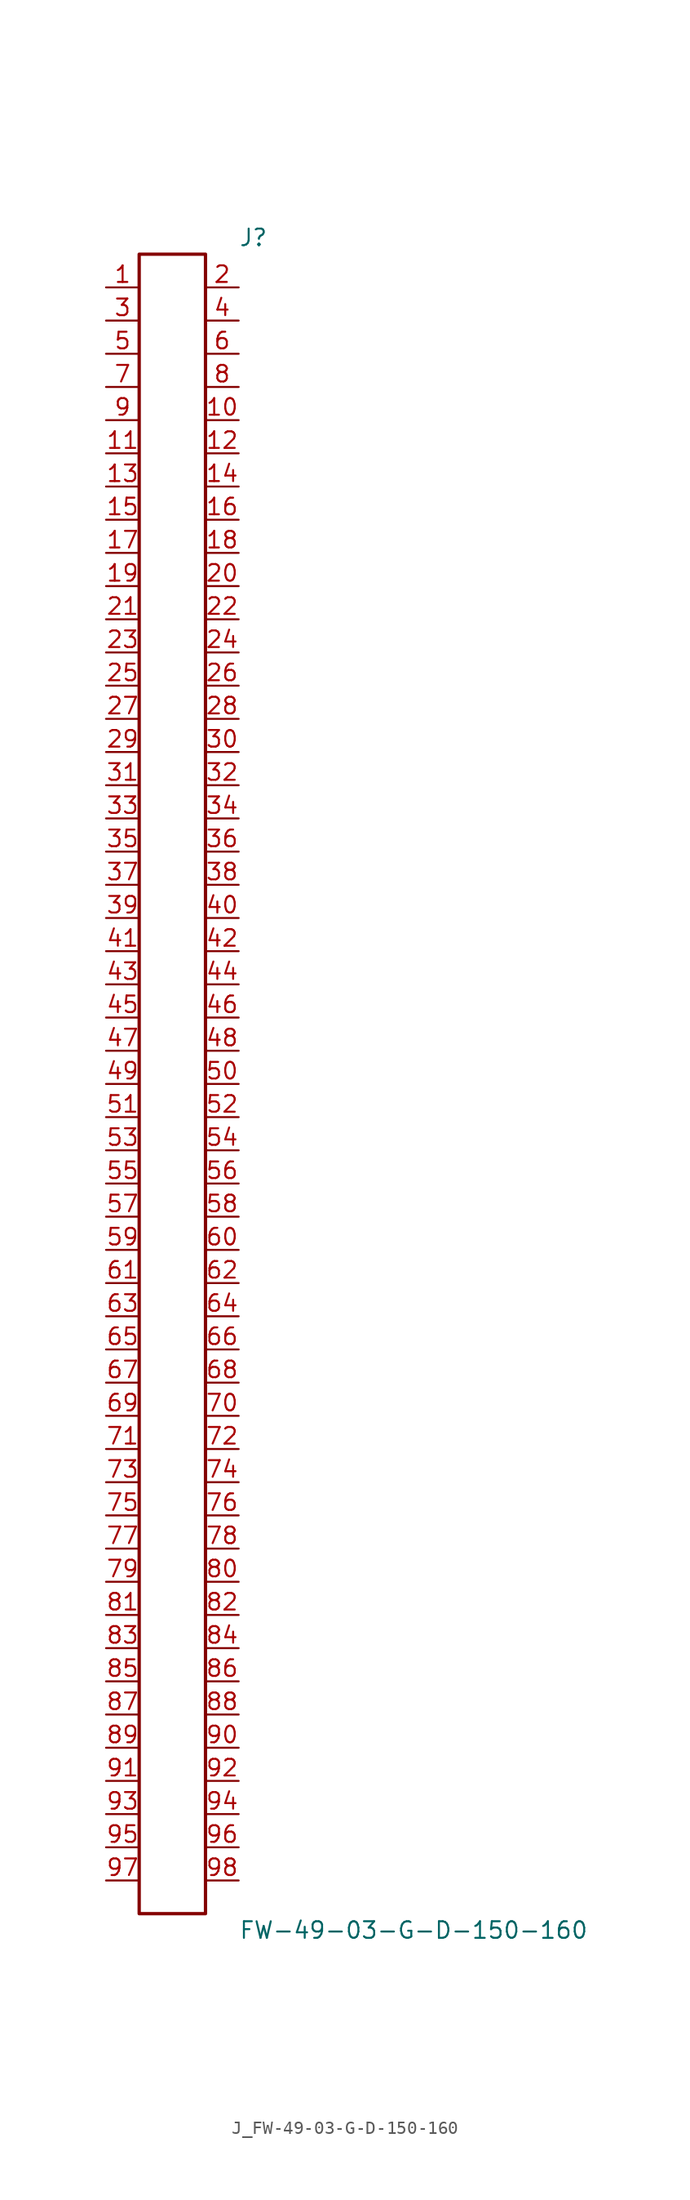
<source format=kicad_sym>
(kicad_symbol_lib
  (version 20231120)
  (generator kicad_symbol_editor)
  (generator_version 8.0)
  (symbol "J_FW-49-03-G-D-150-160"
    (pin_names
      (offset 0.254))
    (property "Reference" "J"
      (at 5.08 64.77 0)
      (effects (font (size 1.27 1.27)) (justify left)))
    (property "Value" "FW-49-03-G-D-150-160"
      (at 5.08 -64.77 0)
      (effects (font (size 1.27 1.27)) (justify left)))
    (symbol "J_FW-49-03-G-D-150-160_0_0"
      (pin passive line (at -5.08 60.96 0) (length 2.54) (name "" (effects (font (size 1.27 1.27)))) (number "1" (effects (font (size 1.27 1.27)))))
      (pin passive line (at 5.08 60.96 180) (length 2.54) (name "" (effects (font (size 1.27 1.27)))) (number "2" (effects (font (size 1.27 1.27)))))
      (pin passive line (at -5.08 58.42 0) (length 2.54) (name "" (effects (font (size 1.27 1.27)))) (number "3" (effects (font (size 1.27 1.27)))))
      (pin passive line (at 5.08 58.42 180) (length 2.54) (name "" (effects (font (size 1.27 1.27)))) (number "4" (effects (font (size 1.27 1.27)))))
      (pin passive line (at -5.08 55.88 0) (length 2.54) (name "" (effects (font (size 1.27 1.27)))) (number "5" (effects (font (size 1.27 1.27)))))
      (pin passive line (at 5.08 55.88 180) (length 2.54) (name "" (effects (font (size 1.27 1.27)))) (number "6" (effects (font (size 1.27 1.27)))))
      (pin passive line (at -5.08 53.34 0) (length 2.54) (name "" (effects (font (size 1.27 1.27)))) (number "7" (effects (font (size 1.27 1.27)))))
      (pin passive line (at 5.08 53.34 180) (length 2.54) (name "" (effects (font (size 1.27 1.27)))) (number "8" (effects (font (size 1.27 1.27)))))
      (pin passive line (at -5.08 50.8 0) (length 2.54) (name "" (effects (font (size 1.27 1.27)))) (number "9" (effects (font (size 1.27 1.27)))))
      (pin passive line (at 5.08 50.8 180) (length 2.54) (name "" (effects (font (size 1.27 1.27)))) (number "10" (effects (font (size 1.27 1.27)))))
      (pin passive line (at -5.08 48.26 0) (length 2.54) (name "" (effects (font (size 1.27 1.27)))) (number "11" (effects (font (size 1.27 1.27)))))
      (pin passive line (at 5.08 48.26 180) (length 2.54) (name "" (effects (font (size 1.27 1.27)))) (number "12" (effects (font (size 1.27 1.27)))))
      (pin passive line (at -5.08 45.72 0) (length 2.54) (name "" (effects (font (size 1.27 1.27)))) (number "13" (effects (font (size 1.27 1.27)))))
      (pin passive line (at 5.08 45.72 180) (length 2.54) (name "" (effects (font (size 1.27 1.27)))) (number "14" (effects (font (size 1.27 1.27)))))
      (pin passive line (at -5.08 43.18 0) (length 2.54) (name "" (effects (font (size 1.27 1.27)))) (number "15" (effects (font (size 1.27 1.27)))))
      (pin passive line (at 5.08 43.18 180) (length 2.54) (name "" (effects (font (size 1.27 1.27)))) (number "16" (effects (font (size 1.27 1.27)))))
      (pin passive line (at -5.08 40.64 0) (length 2.54) (name "" (effects (font (size 1.27 1.27)))) (number "17" (effects (font (size 1.27 1.27)))))
      (pin passive line (at 5.08 40.64 180) (length 2.54) (name "" (effects (font (size 1.27 1.27)))) (number "18" (effects (font (size 1.27 1.27)))))
      (pin passive line (at -5.08 38.1 0) (length 2.54) (name "" (effects (font (size 1.27 1.27)))) (number "19" (effects (font (size 1.27 1.27)))))
      (pin passive line (at 5.08 38.1 180) (length 2.54) (name "" (effects (font (size 1.27 1.27)))) (number "20" (effects (font (size 1.27 1.27)))))
      (pin passive line (at -5.08 35.56 0) (length 2.54) (name "" (effects (font (size 1.27 1.27)))) (number "21" (effects (font (size 1.27 1.27)))))
      (pin passive line (at 5.08 35.56 180) (length 2.54) (name "" (effects (font (size 1.27 1.27)))) (number "22" (effects (font (size 1.27 1.27)))))
      (pin passive line (at -5.08 33.02 0) (length 2.54) (name "" (effects (font (size 1.27 1.27)))) (number "23" (effects (font (size 1.27 1.27)))))
      (pin passive line (at 5.08 33.02 180) (length 2.54) (name "" (effects (font (size 1.27 1.27)))) (number "24" (effects (font (size 1.27 1.27)))))
      (pin passive line (at -5.08 30.48 0) (length 2.54) (name "" (effects (font (size 1.27 1.27)))) (number "25" (effects (font (size 1.27 1.27)))))
      (pin passive line (at 5.08 30.48 180) (length 2.54) (name "" (effects (font (size 1.27 1.27)))) (number "26" (effects (font (size 1.27 1.27)))))
      (pin passive line (at -5.08 27.94 0) (length 2.54) (name "" (effects (font (size 1.27 1.27)))) (number "27" (effects (font (size 1.27 1.27)))))
      (pin passive line (at 5.08 27.94 180) (length 2.54) (name "" (effects (font (size 1.27 1.27)))) (number "28" (effects (font (size 1.27 1.27)))))
      (pin passive line (at -5.08 25.4 0) (length 2.54) (name "" (effects (font (size 1.27 1.27)))) (number "29" (effects (font (size 1.27 1.27)))))
      (pin passive line (at 5.08 25.4 180) (length 2.54) (name "" (effects (font (size 1.27 1.27)))) (number "30" (effects (font (size 1.27 1.27)))))
      (pin passive line (at -5.08 22.86 0) (length 2.54) (name "" (effects (font (size 1.27 1.27)))) (number "31" (effects (font (size 1.27 1.27)))))
      (pin passive line (at 5.08 22.86 180) (length 2.54) (name "" (effects (font (size 1.27 1.27)))) (number "32" (effects (font (size 1.27 1.27)))))
      (pin passive line (at -5.08 20.32 0) (length 2.54) (name "" (effects (font (size 1.27 1.27)))) (number "33" (effects (font (size 1.27 1.27)))))
      (pin passive line (at 5.08 20.32 180) (length 2.54) (name "" (effects (font (size 1.27 1.27)))) (number "34" (effects (font (size 1.27 1.27)))))
      (pin passive line (at -5.08 17.78 0) (length 2.54) (name "" (effects (font (size 1.27 1.27)))) (number "35" (effects (font (size 1.27 1.27)))))
      (pin passive line (at 5.08 17.78 180) (length 2.54) (name "" (effects (font (size 1.27 1.27)))) (number "36" (effects (font (size 1.27 1.27)))))
      (pin passive line (at -5.08 15.24 0) (length 2.54) (name "" (effects (font (size 1.27 1.27)))) (number "37" (effects (font (size 1.27 1.27)))))
      (pin passive line (at 5.08 15.24 180) (length 2.54) (name "" (effects (font (size 1.27 1.27)))) (number "38" (effects (font (size 1.27 1.27)))))
      (pin passive line (at -5.08 12.7 0) (length 2.54) (name "" (effects (font (size 1.27 1.27)))) (number "39" (effects (font (size 1.27 1.27)))))
      (pin passive line (at 5.08 12.7 180) (length 2.54) (name "" (effects (font (size 1.27 1.27)))) (number "40" (effects (font (size 1.27 1.27)))))
      (pin passive line (at -5.08 10.16 0) (length 2.54) (name "" (effects (font (size 1.27 1.27)))) (number "41" (effects (font (size 1.27 1.27)))))
      (pin passive line (at 5.08 10.16 180) (length 2.54) (name "" (effects (font (size 1.27 1.27)))) (number "42" (effects (font (size 1.27 1.27)))))
      (pin passive line (at -5.08 7.62 0) (length 2.54) (name "" (effects (font (size 1.27 1.27)))) (number "43" (effects (font (size 1.27 1.27)))))
      (pin passive line (at 5.08 7.62 180) (length 2.54) (name "" (effects (font (size 1.27 1.27)))) (number "44" (effects (font (size 1.27 1.27)))))
      (pin passive line (at -5.08 5.08 0) (length 2.54) (name "" (effects (font (size 1.27 1.27)))) (number "45" (effects (font (size 1.27 1.27)))))
      (pin passive line (at 5.08 5.08 180) (length 2.54) (name "" (effects (font (size 1.27 1.27)))) (number "46" (effects (font (size 1.27 1.27)))))
      (pin passive line (at -5.08 2.54 0) (length 2.54) (name "" (effects (font (size 1.27 1.27)))) (number "47" (effects (font (size 1.27 1.27)))))
      (pin passive line (at 5.08 2.54 180) (length 2.54) (name "" (effects (font (size 1.27 1.27)))) (number "48" (effects (font (size 1.27 1.27)))))
      (pin passive line (at -5.08 0.0 0) (length 2.54) (name "" (effects (font (size 1.27 1.27)))) (number "49" (effects (font (size 1.27 1.27)))))
      (pin passive line (at 5.08 0.0 180) (length 2.54) (name "" (effects (font (size 1.27 1.27)))) (number "50" (effects (font (size 1.27 1.27)))))
      (pin passive line (at -5.08 -2.54 0) (length 2.54) (name "" (effects (font (size 1.27 1.27)))) (number "51" (effects (font (size 1.27 1.27)))))
      (pin passive line (at 5.08 -2.54 180) (length 2.54) (name "" (effects (font (size 1.27 1.27)))) (number "52" (effects (font (size 1.27 1.27)))))
      (pin passive line (at -5.08 -5.08 0) (length 2.54) (name "" (effects (font (size 1.27 1.27)))) (number "53" (effects (font (size 1.27 1.27)))))
      (pin passive line (at 5.08 -5.08 180) (length 2.54) (name "" (effects (font (size 1.27 1.27)))) (number "54" (effects (font (size 1.27 1.27)))))
      (pin passive line (at -5.08 -7.62 0) (length 2.54) (name "" (effects (font (size 1.27 1.27)))) (number "55" (effects (font (size 1.27 1.27)))))
      (pin passive line (at 5.08 -7.62 180) (length 2.54) (name "" (effects (font (size 1.27 1.27)))) (number "56" (effects (font (size 1.27 1.27)))))
      (pin passive line (at -5.08 -10.16 0) (length 2.54) (name "" (effects (font (size 1.27 1.27)))) (number "57" (effects (font (size 1.27 1.27)))))
      (pin passive line (at 5.08 -10.16 180) (length 2.54) (name "" (effects (font (size 1.27 1.27)))) (number "58" (effects (font (size 1.27 1.27)))))
      (pin passive line (at -5.08 -12.7 0) (length 2.54) (name "" (effects (font (size 1.27 1.27)))) (number "59" (effects (font (size 1.27 1.27)))))
      (pin passive line (at 5.08 -12.7 180) (length 2.54) (name "" (effects (font (size 1.27 1.27)))) (number "60" (effects (font (size 1.27 1.27)))))
      (pin passive line (at -5.08 -15.24 0) (length 2.54) (name "" (effects (font (size 1.27 1.27)))) (number "61" (effects (font (size 1.27 1.27)))))
      (pin passive line (at 5.08 -15.24 180) (length 2.54) (name "" (effects (font (size 1.27 1.27)))) (number "62" (effects (font (size 1.27 1.27)))))
      (pin passive line (at -5.08 -17.78 0) (length 2.54) (name "" (effects (font (size 1.27 1.27)))) (number "63" (effects (font (size 1.27 1.27)))))
      (pin passive line (at 5.08 -17.78 180) (length 2.54) (name "" (effects (font (size 1.27 1.27)))) (number "64" (effects (font (size 1.27 1.27)))))
      (pin passive line (at -5.08 -20.32 0) (length 2.54) (name "" (effects (font (size 1.27 1.27)))) (number "65" (effects (font (size 1.27 1.27)))))
      (pin passive line (at 5.08 -20.32 180) (length 2.54) (name "" (effects (font (size 1.27 1.27)))) (number "66" (effects (font (size 1.27 1.27)))))
      (pin passive line (at -5.08 -22.86 0) (length 2.54) (name "" (effects (font (size 1.27 1.27)))) (number "67" (effects (font (size 1.27 1.27)))))
      (pin passive line (at 5.08 -22.86 180) (length 2.54) (name "" (effects (font (size 1.27 1.27)))) (number "68" (effects (font (size 1.27 1.27)))))
      (pin passive line (at -5.08 -25.4 0) (length 2.54) (name "" (effects (font (size 1.27 1.27)))) (number "69" (effects (font (size 1.27 1.27)))))
      (pin passive line (at 5.08 -25.4 180) (length 2.54) (name "" (effects (font (size 1.27 1.27)))) (number "70" (effects (font (size 1.27 1.27)))))
      (pin passive line (at -5.08 -27.94 0) (length 2.54) (name "" (effects (font (size 1.27 1.27)))) (number "71" (effects (font (size 1.27 1.27)))))
      (pin passive line (at 5.08 -27.94 180) (length 2.54) (name "" (effects (font (size 1.27 1.27)))) (number "72" (effects (font (size 1.27 1.27)))))
      (pin passive line (at -5.08 -30.48 0) (length 2.54) (name "" (effects (font (size 1.27 1.27)))) (number "73" (effects (font (size 1.27 1.27)))))
      (pin passive line (at 5.08 -30.48 180) (length 2.54) (name "" (effects (font (size 1.27 1.27)))) (number "74" (effects (font (size 1.27 1.27)))))
      (pin passive line (at -5.08 -33.02 0) (length 2.54) (name "" (effects (font (size 1.27 1.27)))) (number "75" (effects (font (size 1.27 1.27)))))
      (pin passive line (at 5.08 -33.02 180) (length 2.54) (name "" (effects (font (size 1.27 1.27)))) (number "76" (effects (font (size 1.27 1.27)))))
      (pin passive line (at -5.08 -35.56 0) (length 2.54) (name "" (effects (font (size 1.27 1.27)))) (number "77" (effects (font (size 1.27 1.27)))))
      (pin passive line (at 5.08 -35.56 180) (length 2.54) (name "" (effects (font (size 1.27 1.27)))) (number "78" (effects (font (size 1.27 1.27)))))
      (pin passive line (at -5.08 -38.1 0) (length 2.54) (name "" (effects (font (size 1.27 1.27)))) (number "79" (effects (font (size 1.27 1.27)))))
      (pin passive line (at 5.08 -38.1 180) (length 2.54) (name "" (effects (font (size 1.27 1.27)))) (number "80" (effects (font (size 1.27 1.27)))))
      (pin passive line (at -5.08 -40.64 0) (length 2.54) (name "" (effects (font (size 1.27 1.27)))) (number "81" (effects (font (size 1.27 1.27)))))
      (pin passive line (at 5.08 -40.64 180) (length 2.54) (name "" (effects (font (size 1.27 1.27)))) (number "82" (effects (font (size 1.27 1.27)))))
      (pin passive line (at -5.08 -43.18 0) (length 2.54) (name "" (effects (font (size 1.27 1.27)))) (number "83" (effects (font (size 1.27 1.27)))))
      (pin passive line (at 5.08 -43.18 180) (length 2.54) (name "" (effects (font (size 1.27 1.27)))) (number "84" (effects (font (size 1.27 1.27)))))
      (pin passive line (at -5.08 -45.72 0) (length 2.54) (name "" (effects (font (size 1.27 1.27)))) (number "85" (effects (font (size 1.27 1.27)))))
      (pin passive line (at 5.08 -45.72 180) (length 2.54) (name "" (effects (font (size 1.27 1.27)))) (number "86" (effects (font (size 1.27 1.27)))))
      (pin passive line (at -5.08 -48.26 0) (length 2.54) (name "" (effects (font (size 1.27 1.27)))) (number "87" (effects (font (size 1.27 1.27)))))
      (pin passive line (at 5.08 -48.26 180) (length 2.54) (name "" (effects (font (size 1.27 1.27)))) (number "88" (effects (font (size 1.27 1.27)))))
      (pin passive line (at -5.08 -50.8 0) (length 2.54) (name "" (effects (font (size 1.27 1.27)))) (number "89" (effects (font (size 1.27 1.27)))))
      (pin passive line (at 5.08 -50.8 180) (length 2.54) (name "" (effects (font (size 1.27 1.27)))) (number "90" (effects (font (size 1.27 1.27)))))
      (pin passive line (at -5.08 -53.34 0) (length 2.54) (name "" (effects (font (size 1.27 1.27)))) (number "91" (effects (font (size 1.27 1.27)))))
      (pin passive line (at 5.08 -53.34 180) (length 2.54) (name "" (effects (font (size 1.27 1.27)))) (number "92" (effects (font (size 1.27 1.27)))))
      (pin passive line (at -5.08 -55.88 0) (length 2.54) (name "" (effects (font (size 1.27 1.27)))) (number "93" (effects (font (size 1.27 1.27)))))
      (pin passive line (at 5.08 -55.88 180) (length 2.54) (name "" (effects (font (size 1.27 1.27)))) (number "94" (effects (font (size 1.27 1.27)))))
      (pin passive line (at -5.08 -58.42 0) (length 2.54) (name "" (effects (font (size 1.27 1.27)))) (number "95" (effects (font (size 1.27 1.27)))))
      (pin passive line (at 5.08 -58.42 180) (length 2.54) (name "" (effects (font (size 1.27 1.27)))) (number "96" (effects (font (size 1.27 1.27)))))
      (pin passive line (at -5.08 -60.96 0) (length 2.54) (name "" (effects (font (size 1.27 1.27)))) (number "97" (effects (font (size 1.27 1.27)))))
      (pin passive line (at 5.08 -60.96 180) (length 2.54) (name "" (effects (font (size 1.27 1.27)))) (number "98" (effects (font (size 1.27 1.27))))))
    (symbol "J_FW-49-03-G-D-150-160_1_0"
      (rectangle (start -2.54 63.5) (end 2.54 -63.5) (stroke (width 0.254) (type solid)) (fill (type none))))))
</source>
